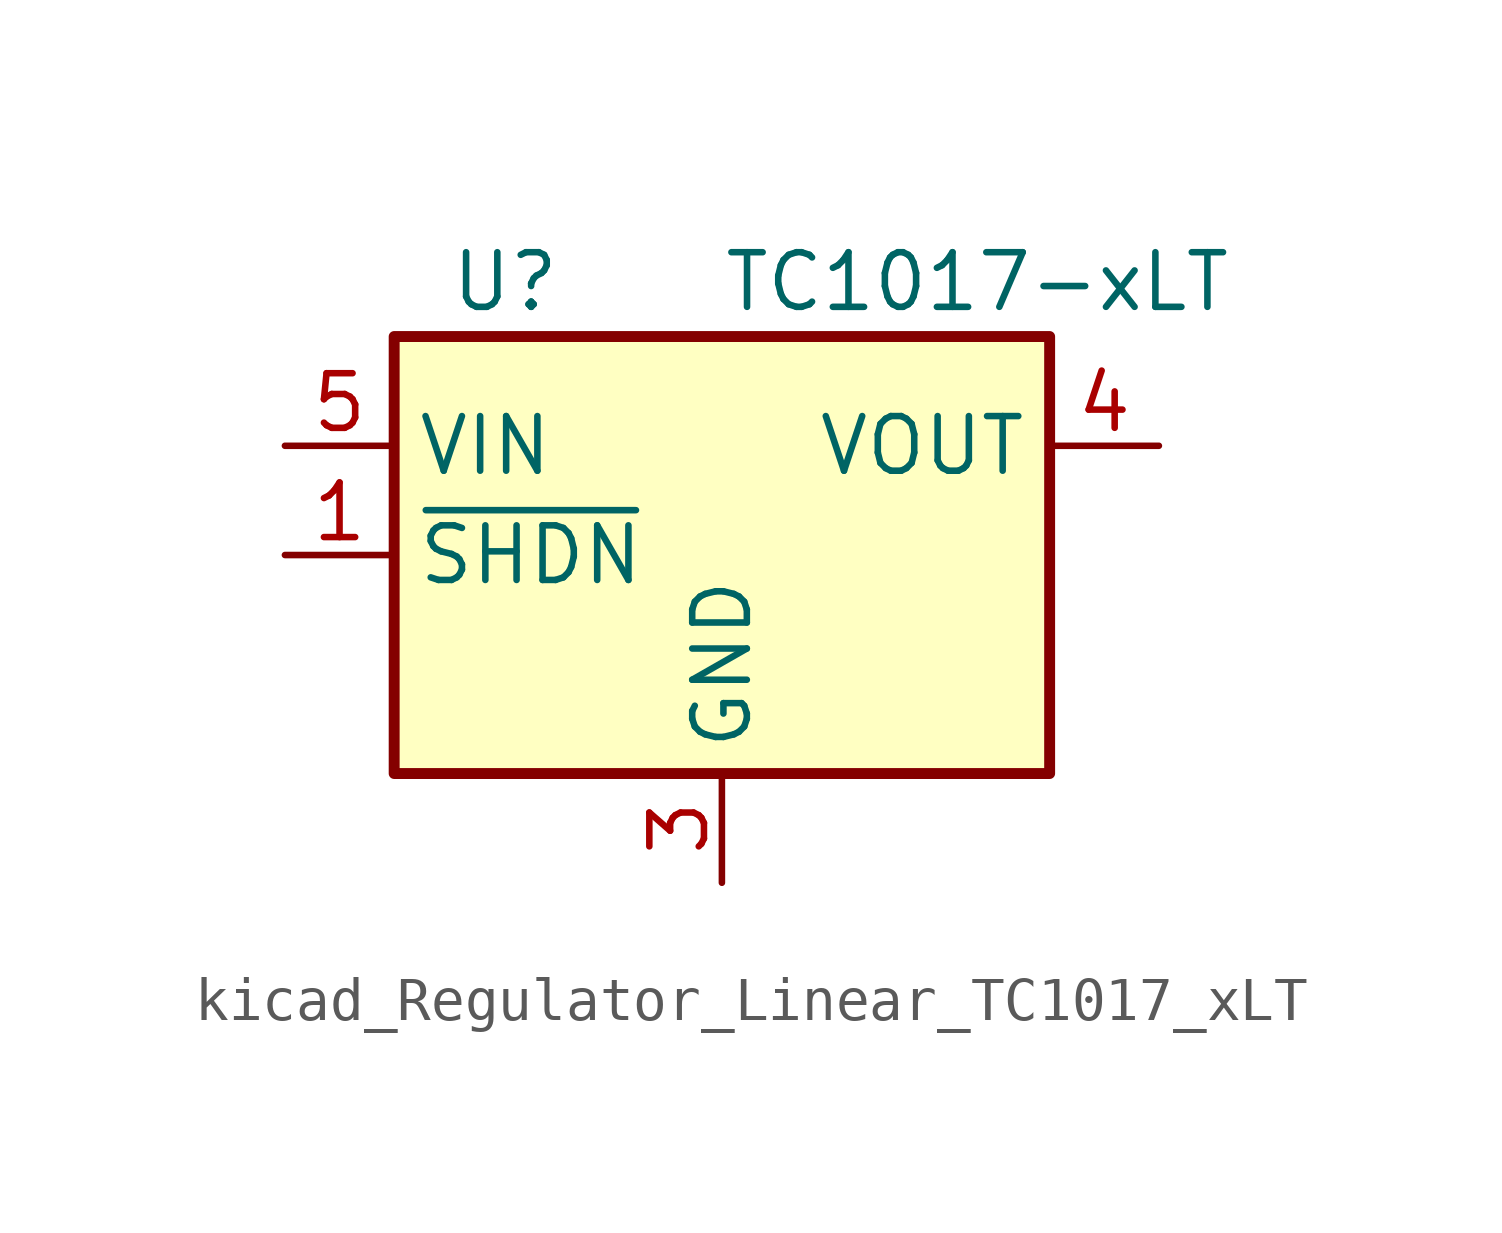
<source format=kicad_sym>
(kicad_symbol_lib
  (version 20220914)
  (generator kicad_symbol_editor)
  (symbol "kicad_Regulator_Linear_TC1017_xLT"
    (property "Reference" "U"
      (at -6.35 6.35 0)
      (effects (font (size 1.27 1.27)) (justify left)))
    (property "Value" "TC1017-xLT"
      (at 0 6.35 0)
      (effects (font (size 1.27 1.27)) (justify left)))
    (symbol "kicad_Regulator_Linear_TC1017_xLT_0_1"
      (rectangle (start -7.62 5.08) (end 7.62 -5.08) (stroke (width 0.254) (type default)) (fill (type background))))
    (symbol "kicad_Regulator_Linear_TC1017_xLT_1_1"
      (pin input line (at -10.16 0 0) (length 2.54) (name "~{SHDN}" (effects (font (size 1.27 1.27)))) (number "1" (effects (font (size 1.27 1.27)))))
      (pin no_connect line (at 7.62 0 180) (length 2.54) hide (name "NC" (effects (font (size 1.27 1.27)))) (number "2" (effects (font (size 1.27 1.27)))))
      (pin power_in line (at 0 -7.62 90) (length 2.54) (name "GND" (effects (font (size 1.27 1.27)))) (number "3" (effects (font (size 1.27 1.27)))))
      (pin power_out line (at 10.16 2.54 180) (length 2.54) (name "VOUT" (effects (font (size 1.27 1.27)))) (number "4" (effects (font (size 1.27 1.27)))))
      (pin power_in line (at -10.16 2.54 0) (length 2.54) (name "VIN" (effects (font (size 1.27 1.27)))) (number "5" (effects (font (size 1.27 1.27))))))))
</source>
